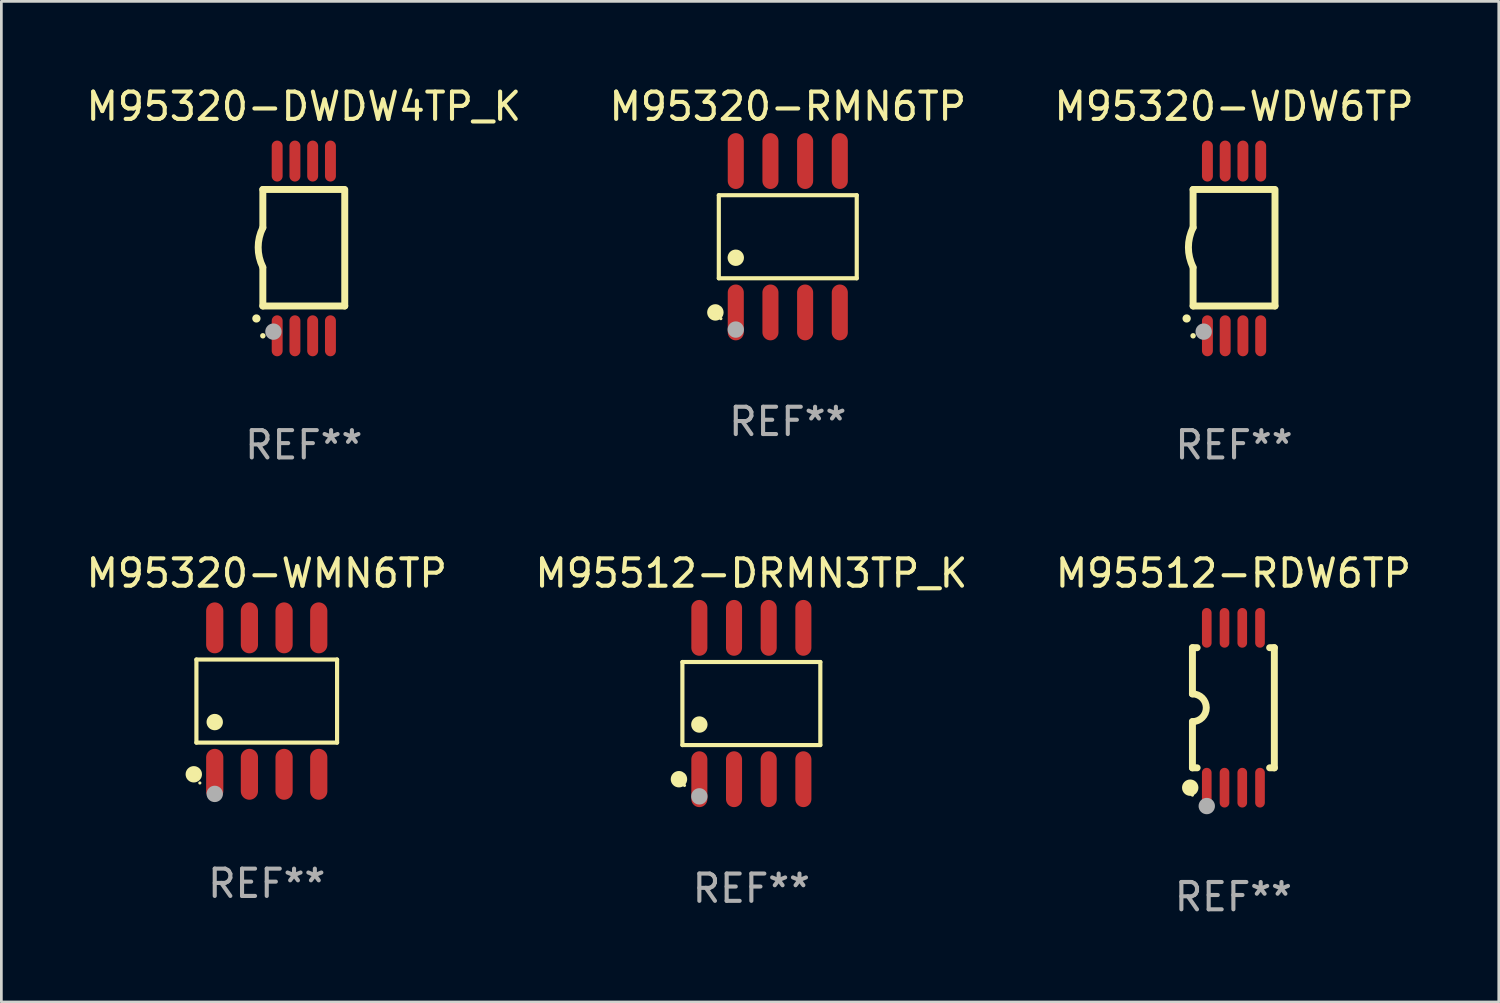
<source format=kicad_pcb>
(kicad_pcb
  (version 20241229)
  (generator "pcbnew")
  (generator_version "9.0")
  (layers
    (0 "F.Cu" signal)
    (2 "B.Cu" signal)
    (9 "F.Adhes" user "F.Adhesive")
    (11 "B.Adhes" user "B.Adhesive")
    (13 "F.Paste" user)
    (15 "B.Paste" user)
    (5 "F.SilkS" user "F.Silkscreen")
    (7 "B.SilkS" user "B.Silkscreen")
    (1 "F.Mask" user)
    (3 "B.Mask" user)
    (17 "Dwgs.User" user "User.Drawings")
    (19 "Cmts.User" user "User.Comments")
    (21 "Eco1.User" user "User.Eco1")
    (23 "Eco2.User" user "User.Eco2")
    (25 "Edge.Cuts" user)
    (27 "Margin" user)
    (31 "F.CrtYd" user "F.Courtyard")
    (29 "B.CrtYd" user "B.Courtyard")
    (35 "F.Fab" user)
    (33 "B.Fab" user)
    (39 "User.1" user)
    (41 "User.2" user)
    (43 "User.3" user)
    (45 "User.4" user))
  (footprint "M95320-RMN6TP"
    (layer "F.Cu")
    (at 25.804 5.621)
    (property "Reference" "M95320-RMN6TP" (at 0 -4.772 0) (layer "F.SilkS") (effects (font (size 1 1) (thickness 0.15))))
    (attr through_hole)
    (fp_line (start -2.526 -1.521) (end 2.526 -1.521) (stroke (width 0.152) (type solid)) (layer "F.SilkS"))
    (fp_line (start -2.526 1.521) (end -2.526 -1.521) (stroke (width 0.152) (type solid)) (layer "F.SilkS"))
    (fp_line (start 2.526 -1.521) (end 2.526 1.521) (stroke (width 0.152) (type solid)) (layer "F.SilkS"))
    (fp_line (start 2.526 1.521) (end -2.526 1.521) (stroke (width 0.152) (type solid)) (layer "F.SilkS"))
    (fp_circle (center -2.652 2.772) (end -2.501 2.772) (stroke (width 0.3) (type solid)) (fill no) (layer "F.SilkS"))
    (fp_circle (center -2.45 3) (end -2.42 3) (stroke (width 0.06) (type solid)) (fill no) (layer "F.SilkS"))
    (fp_circle (center -1.905 0.769) (end -1.755 0.769) (stroke (width 0.3) (type solid)) (fill no) (layer "F.SilkS"))
    (fp_circle (center -1.905 3.4) (end -1.755 3.4) (stroke (width 0.3) (type solid)) (fill no) (layer "F.Fab"))
    (fp_text user "REF**" (at 0 6.772 0) (layer "F.Fab") (effects (font (size 1 1) (thickness 0.15))))
    (pad "1" smd oval (at -1.905 2.772) (size 0.588 2.045) (layers "F.Cu" "F.Mask" "F.Paste"))
    (pad "2" smd oval (at -0.635 2.772) (size 0.588 2.045) (layers "F.Cu" "F.Mask" "F.Paste"))
    (pad "3" smd oval (at 0.635 2.772) (size 0.588 2.045) (layers "F.Cu" "F.Mask" "F.Paste"))
    (pad "4" smd oval (at 1.905 2.772) (size 0.588 2.045) (layers "F.Cu" "F.Mask" "F.Paste"))
    (pad "5" smd oval (at 1.905 -2.772) (size 0.588 2.045) (layers "F.Cu" "F.Mask" "F.Paste"))
    (pad "6" smd oval (at 0.635 -2.772) (size 0.588 2.045) (layers "F.Cu" "F.Mask" "F.Paste"))
    (pad "7" smd oval (at -0.635 -2.772) (size 0.588 2.045) (layers "F.Cu" "F.Mask" "F.Paste"))
    (pad "8" smd oval (at -1.905 -2.772) (size 0.588 2.045) (layers "F.Cu" "F.Mask" "F.Paste")))
  (footprint "M95512-DRMN3TP_K"
    (layer "F.Cu")
    (at 24.47 22.718)
    (property "Reference" "M95512-DRMN3TP_K" (at 0 -4.772 0) (layer "F.SilkS") (effects (font (size 1 1) (thickness 0.15))))
    (attr through_hole)
    (fp_line (start -2.526 -1.521) (end 2.526 -1.521) (stroke (width 0.152) (type solid)) (layer "F.SilkS"))
    (fp_line (start -2.526 1.521) (end -2.526 -1.521) (stroke (width 0.152) (type solid)) (layer "F.SilkS"))
    (fp_line (start 2.526 -1.521) (end 2.526 1.521) (stroke (width 0.152) (type solid)) (layer "F.SilkS"))
    (fp_line (start 2.526 1.521) (end -2.526 1.521) (stroke (width 0.152) (type solid)) (layer "F.SilkS"))
    (fp_circle (center -2.652 2.772) (end -2.501 2.772) (stroke (width 0.3) (type solid)) (fill no) (layer "F.SilkS"))
    (fp_circle (center -2.45 3) (end -2.42 3) (stroke (width 0.06) (type solid)) (fill no) (layer "F.SilkS"))
    (fp_circle (center -1.905 0.769) (end -1.755 0.769) (stroke (width 0.3) (type solid)) (fill no) (layer "F.SilkS"))
    (fp_circle (center -1.905 3.4) (end -1.755 3.4) (stroke (width 0.3) (type solid)) (fill no) (layer "F.Fab"))
    (fp_text user "REF**" (at 0 6.772 0) (layer "F.Fab") (effects (font (size 1 1) (thickness 0.15))))
    (pad "1" smd oval (at -1.905 2.772) (size 0.588 2.045) (layers "F.Cu" "F.Mask" "F.Paste"))
    (pad "2" smd oval (at -0.635 2.772) (size 0.588 2.045) (layers "F.Cu" "F.Mask" "F.Paste"))
    (pad "3" smd oval (at 0.635 2.772) (size 0.588 2.045) (layers "F.Cu" "F.Mask" "F.Paste"))
    (pad "4" smd oval (at 1.905 2.772) (size 0.588 2.045) (layers "F.Cu" "F.Mask" "F.Paste"))
    (pad "5" smd oval (at 1.905 -2.772) (size 0.588 2.045) (layers "F.Cu" "F.Mask" "F.Paste"))
    (pad "6" smd oval (at 0.635 -2.772) (size 0.588 2.045) (layers "F.Cu" "F.Mask" "F.Paste"))
    (pad "7" smd oval (at -0.635 -2.772) (size 0.588 2.045) (layers "F.Cu" "F.Mask" "F.Paste"))
    (pad "8" smd oval (at -1.905 -2.772) (size 0.588 2.045) (layers "F.Cu" "F.Mask" "F.Paste")))
  (footprint "M95320-WDW6TP"
    (layer "F.Cu")
    (at 42.149 6.049)
    (property "Reference" "M95320-WDW6TP" (at 0 -5.2 0) (layer "F.SilkS") (effects (font (size 1 1) (thickness 0.15))))
    (attr through_hole)
    (fp_line (start -1.5 -0.762) (end -1.5 -2.159) (stroke (width 0.254) (type solid)) (layer "F.SilkS"))
    (fp_line (start -1.5 2.108) (end -1.5 0.711) (stroke (width 0.254) (type solid)) (layer "F.SilkS"))
    (fp_line (start -1.5 2.108) (end 1.5 2.108) (stroke (width 0.254) (type solid)) (layer "F.SilkS"))
    (fp_line (start 1.463 -2.159) (end -1.5 -2.159) (stroke (width 0.254) (type solid)) (layer "F.SilkS"))
    (fp_line (start 1.5 2.108) (end 1.5 -2.159) (stroke (width 0.254) (type solid)) (layer "F.SilkS"))
    (fp_arc (start -1.737287 2.565405) (mid -1.736017 2.5654) (end -1.734747 2.565405) (stroke (width 0.3) (type solid)) (layer "F.SilkS"))
    (fp_arc (start -1.500076 0.685801) (mid -1.670966 -0.0381) (end -1.500076 -0.762002) (stroke (width 0.254001) (type solid)) (layer "F.SilkS"))
    (fp_circle (center -1.5 3.2) (end -1.45 3.2) (stroke (width 0.1) (type solid)) (fill no) (layer "F.SilkS"))
    (fp_circle (center -1.112 3.048) (end -0.962 3.048) (stroke (width 0.3) (type solid)) (fill no) (layer "F.Fab"))
    (fp_text user "REF**" (at 0 7.2 0) (layer "F.Fab") (effects (font (size 1 1) (thickness 0.15))))
    (pad "1" smd oval (at -0.975 3.2 180) (size 0.4 1.5) (layers "F.Cu" "F.Mask" "F.Paste"))
    (pad "2" smd oval (at -0.325 3.2 180) (size 0.4 1.5) (layers "F.Cu" "F.Mask" "F.Paste"))
    (pad "3" smd oval (at 0.325 3.2 180) (size 0.4 1.5) (layers "F.Cu" "F.Mask" "F.Paste"))
    (pad "4" smd oval (at 0.976 3.2 180) (size 0.4 1.5) (layers "F.Cu" "F.Mask" "F.Paste"))
    (pad "5" smd oval (at 0.976 -3.2 180) (size 0.4 1.5) (layers "F.Cu" "F.Mask" "F.Paste"))
    (pad "6" smd oval (at 0.325 -3.2 180) (size 0.4 1.5) (layers "F.Cu" "F.Mask" "F.Paste"))
    (pad "7" smd oval (at -0.325 -3.2 180) (size 0.4 1.5) (layers "F.Cu" "F.Mask" "F.Paste"))
    (pad "8" smd oval (at -0.975 -3.2 180) (size 0.4 1.5) (layers "F.Cu" "F.Mask" "F.Paste")))
  (footprint "M95320-WMN6TP"
    (layer "F.Cu")
    (at 6.72 22.628)
    (property "Reference" "M95320-WMN6TP" (at 0 -4.682 0) (layer "F.SilkS") (effects (font (size 1 1) (thickness 0.15))))
    (attr through_hole)
    (fp_line (start -2.576 -1.521) (end 2.576 -1.521) (stroke (width 0.152) (type solid)) (layer "F.SilkS"))
    (fp_line (start -2.576 1.521) (end -2.576 -1.521) (stroke (width 0.152) (type solid)) (layer "F.SilkS"))
    (fp_line (start 2.576 -1.521) (end 2.576 1.521) (stroke (width 0.152) (type solid)) (layer "F.SilkS"))
    (fp_line (start 2.576 1.521) (end -2.576 1.521) (stroke (width 0.152) (type solid)) (layer "F.SilkS"))
    (fp_circle (center -2.672 2.682) (end -2.522 2.682) (stroke (width 0.3) (type solid)) (fill no) (layer "F.SilkS"))
    (fp_circle (center -2.45 3) (end -2.42 3) (stroke (width 0.06) (type solid)) (fill no) (layer "F.SilkS"))
    (fp_circle (center -1.905 0.769) (end -1.755 0.769) (stroke (width 0.3) (type solid)) (fill no) (layer "F.SilkS"))
    (fp_circle (center -1.905 3.4) (end -1.755 3.4) (stroke (width 0.3) (type solid)) (fill no) (layer "F.Fab"))
    (fp_text user "REF**" (at 0 6.682 0) (layer "F.Fab") (effects (font (size 1 1) (thickness 0.15))))
    (pad "1" smd oval (at -1.905 2.682) (size 0.63 1.865) (layers "F.Cu" "F.Mask" "F.Paste"))
    (pad "2" smd oval (at -0.635 2.682) (size 0.63 1.865) (layers "F.Cu" "F.Mask" "F.Paste"))
    (pad "3" smd oval (at 0.635 2.682) (size 0.63 1.865) (layers "F.Cu" "F.Mask" "F.Paste"))
    (pad "4" smd oval (at 1.905 2.682) (size 0.63 1.865) (layers "F.Cu" "F.Mask" "F.Paste"))
    (pad "5" smd oval (at 1.905 -2.682) (size 0.63 1.865) (layers "F.Cu" "F.Mask" "F.Paste"))
    (pad "6" smd oval (at 0.635 -2.682) (size 0.63 1.865) (layers "F.Cu" "F.Mask" "F.Paste"))
    (pad "7" smd oval (at -0.635 -2.682) (size 0.63 1.865) (layers "F.Cu" "F.Mask" "F.Paste"))
    (pad "8" smd oval (at -1.905 -2.682) (size 0.63 1.865) (layers "F.Cu" "F.Mask" "F.Paste")))
  (footprint "M95320-DWDW4TP_K"
    (layer "F.Cu")
    (at 8.077 6.049)
    (property "Reference" "M95320-DWDW4TP_K" (at 0 -5.2 0) (layer "F.SilkS") (effects (font (size 1 1) (thickness 0.15))))
    (attr through_hole)
    (fp_line (start -1.5 -0.762) (end -1.5 -2.159) (stroke (width 0.254) (type solid)) (layer "F.SilkS"))
    (fp_line (start -1.5 2.108) (end -1.5 0.711) (stroke (width 0.254) (type solid)) (layer "F.SilkS"))
    (fp_line (start -1.5 2.108) (end 1.5 2.108) (stroke (width 0.254) (type solid)) (layer "F.SilkS"))
    (fp_line (start 1.463 -2.159) (end -1.5 -2.159) (stroke (width 0.254) (type solid)) (layer "F.SilkS"))
    (fp_line (start 1.5 2.108) (end 1.5 -2.159) (stroke (width 0.254) (type solid)) (layer "F.SilkS"))
    (fp_arc (start -1.737287 2.565405) (mid -1.736017 2.5654) (end -1.734747 2.565405) (stroke (width 0.3) (type solid)) (layer "F.SilkS"))
    (fp_arc (start -1.500076 0.685801) (mid -1.670966 -0.0381) (end -1.500076 -0.762002) (stroke (width 0.254001) (type solid)) (layer "F.SilkS"))
    (fp_circle (center -1.5 3.2) (end -1.45 3.2) (stroke (width 0.1) (type solid)) (fill no) (layer "F.SilkS"))
    (fp_circle (center -1.112 3.048) (end -0.962 3.048) (stroke (width 0.3) (type solid)) (fill no) (layer "F.Fab"))
    (fp_text user "REF**" (at 0 7.2 0) (layer "F.Fab") (effects (font (size 1 1) (thickness 0.15))))
    (pad "1" smd oval (at -0.975 3.2 180) (size 0.4 1.5) (layers "F.Cu" "F.Mask" "F.Paste"))
    (pad "2" smd oval (at -0.325 3.2 180) (size 0.4 1.5) (layers "F.Cu" "F.Mask" "F.Paste"))
    (pad "3" smd oval (at 0.325 3.2 180) (size 0.4 1.5) (layers "F.Cu" "F.Mask" "F.Paste"))
    (pad "4" smd oval (at 0.976 3.2 180) (size 0.4 1.5) (layers "F.Cu" "F.Mask" "F.Paste"))
    (pad "5" smd oval (at 0.976 -3.2 180) (size 0.4 1.5) (layers "F.Cu" "F.Mask" "F.Paste"))
    (pad "6" smd oval (at 0.325 -3.2 180) (size 0.4 1.5) (layers "F.Cu" "F.Mask" "F.Paste"))
    (pad "7" smd oval (at -0.325 -3.2 180) (size 0.4 1.5) (layers "F.Cu" "F.Mask" "F.Paste"))
    (pad "8" smd oval (at -0.975 -3.2 180) (size 0.4 1.5) (layers "F.Cu" "F.Mask" "F.Paste")))
  (footprint "M95512-RDW6TP"
    (layer "F.Cu")
    (at 42.125 22.873)
    (property "Reference" "M95512-RDW6TP" (at 0 -4.927 0) (layer "F.SilkS") (effects (font (size 1 1) (thickness 0.15))))
    (attr through_hole)
    (fp_line (start -1.5 -2.2) (end -1.5 -0.508) (stroke (width 0.254) (type solid)) (layer "F.SilkS"))
    (fp_line (start -1.5 -2.2) (end -1.328 -2.2) (stroke (width 0.254) (type solid)) (layer "F.SilkS"))
    (fp_line (start -1.5 2.2) (end -1.5 0.508) (stroke (width 0.254) (type solid)) (layer "F.SilkS"))
    (fp_line (start -1.5 2.2) (end -1.328 2.2) (stroke (width 0.254) (type solid)) (layer "F.SilkS"))
    (fp_line (start 1.328 -2.2) (end 1.5 -2.2) (stroke (width 0.254) (type solid)) (layer "F.SilkS"))
    (fp_line (start 1.328 2.2) (end 1.5 2.2) (stroke (width 0.254) (type solid)) (layer "F.SilkS"))
    (fp_line (start 1.5 -2.2) (end 1.5 2.2) (stroke (width 0.254) (type solid)) (layer "F.SilkS"))
    (fp_arc (start -1.501144 -0.508) (mid -0.993143 -0.000571) (end -1.5 0.508001) (stroke (width 0.254001) (type solid)) (layer "F.SilkS"))
    (fp_circle (center -1.581 2.927) (end -1.431 2.927) (stroke (width 0.3) (type solid)) (fill no) (layer "F.SilkS"))
    (fp_circle (center -1.5 3.2) (end -1.47 3.2) (stroke (width 0.06) (type solid)) (fill no) (layer "F.SilkS"))
    (fp_circle (center -0.975 3.6) (end -0.825 3.6) (stroke (width 0.3) (type solid)) (fill no) (layer "F.Fab"))
    (fp_text user "REF**" (at 0 6.927 0) (layer "F.Fab") (effects (font (size 1 1) (thickness 0.15))))
    (pad "1" smd oval (at -0.975 2.927) (size 0.353 1.454) (layers "F.Cu" "F.Mask" "F.Paste"))
    (pad "2" smd oval (at -0.325 2.927) (size 0.353 1.454) (layers "F.Cu" "F.Mask" "F.Paste"))
    (pad "3" smd oval (at 0.325 2.927) (size 0.353 1.454) (layers "F.Cu" "F.Mask" "F.Paste"))
    (pad "4" smd oval (at 0.975 2.927) (size 0.353 1.454) (layers "F.Cu" "F.Mask" "F.Paste"))
    (pad "5" smd oval (at 0.975 -2.927) (size 0.353 1.454) (layers "F.Cu" "F.Mask" "F.Paste"))
    (pad "6" smd oval (at 0.325 -2.927) (size 0.353 1.454) (layers "F.Cu" "F.Mask" "F.Paste"))
    (pad "7" smd oval (at -0.325 -2.927) (size 0.353 1.454) (layers "F.Cu" "F.Mask" "F.Paste"))
    (pad "8" smd oval (at -0.975 -2.927) (size 0.353 1.454) (layers "F.Cu" "F.Mask" "F.Paste")))
  (gr_rect
    (start -3 -3)
    (end 51.845 33.648)
    (stroke (width 0.1) (type default))
    (fill no)
    (layer "Edge.Cuts")))
</source>
